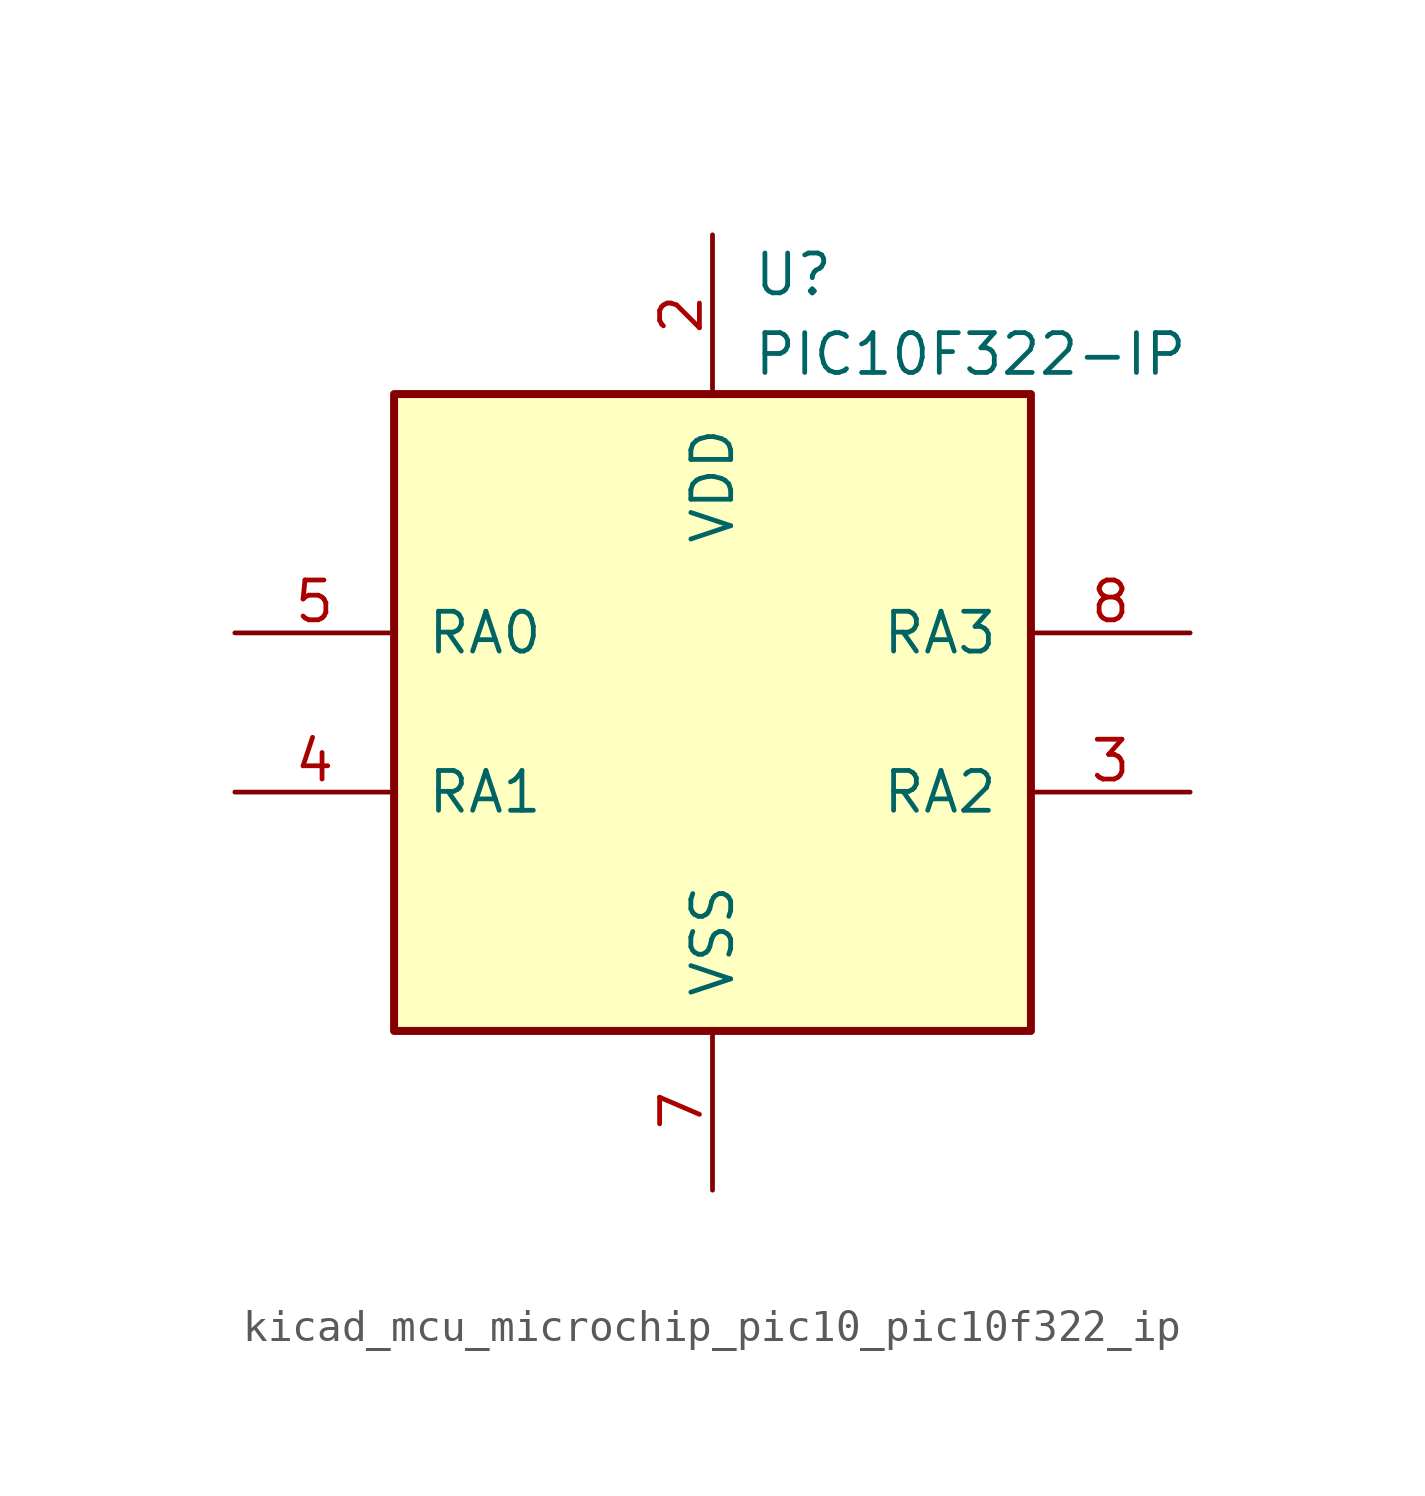
<source format=kicad_sym>
(kicad_symbol_lib
  (version 20220914)
  (generator kicad_symbol_editor)
  (symbol "kicad_mcu_microchip_pic10_pic10f322_ip"
    (pin_names
      (offset 1.016))
    (property "Reference" "U"
      (at 1.27 13.97 0)
      (effects (font (size 1.27 1.27)) (justify left)))
    (property "Value" "PIC10F322-IP"
      (at 1.27 11.43 0)
      (effects (font (size 1.27 1.27)) (justify left)))
    (symbol "kicad_mcu_microchip_pic10_pic10f322_ip_0_1"
      (rectangle (start -10.16 10.16) (end 10.16 -10.16) (stroke (width 0.254) (type default)) (fill (type background))))
    (symbol "kicad_mcu_microchip_pic10_pic10f322_ip_1_1"
      (pin power_in line (at 0 15.24 270) (length 5.08) (name "VDD" (effects (font (size 1.27 1.27)))) (number "2" (effects (font (size 1.27 1.27)))))
      (pin bidirectional line (at 15.24 -2.54 180) (length 5.08) (name "RA2" (effects (font (size 1.27 1.27)))) (number "3" (effects (font (size 1.27 1.27)))))
      (pin bidirectional line (at -15.24 -2.54 0) (length 5.08) (name "RA1" (effects (font (size 1.27 1.27)))) (number "4" (effects (font (size 1.27 1.27)))))
      (pin bidirectional line (at -15.24 2.54 0) (length 5.08) (name "RA0" (effects (font (size 1.27 1.27)))) (number "5" (effects (font (size 1.27 1.27)))))
      (pin power_in line (at 0 -15.24 90) (length 5.08) (name "VSS" (effects (font (size 1.27 1.27)))) (number "7" (effects (font (size 1.27 1.27)))))
      (pin input line (at 15.24 2.54 180) (length 5.08) (name "RA3" (effects (font (size 1.27 1.27)))) (number "8" (effects (font (size 1.27 1.27))))))))
</source>
